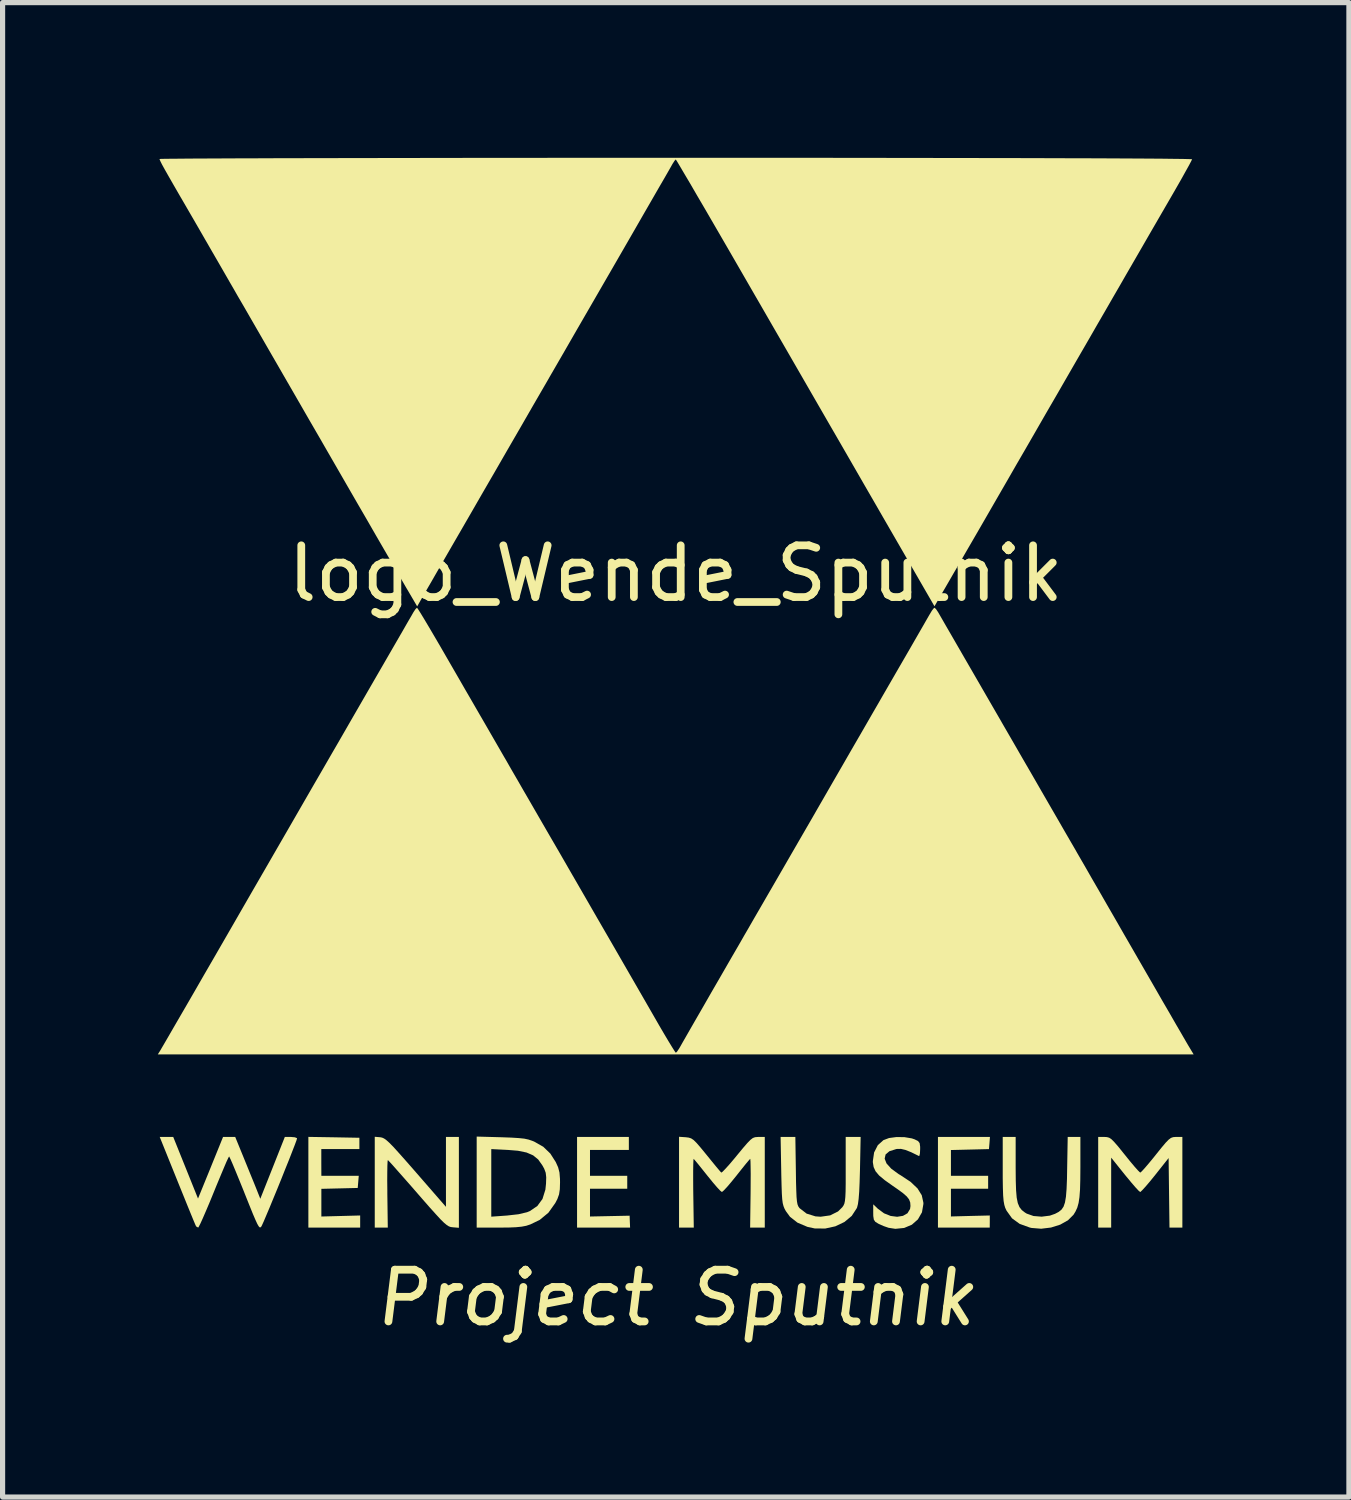
<source format=kicad_pcb>
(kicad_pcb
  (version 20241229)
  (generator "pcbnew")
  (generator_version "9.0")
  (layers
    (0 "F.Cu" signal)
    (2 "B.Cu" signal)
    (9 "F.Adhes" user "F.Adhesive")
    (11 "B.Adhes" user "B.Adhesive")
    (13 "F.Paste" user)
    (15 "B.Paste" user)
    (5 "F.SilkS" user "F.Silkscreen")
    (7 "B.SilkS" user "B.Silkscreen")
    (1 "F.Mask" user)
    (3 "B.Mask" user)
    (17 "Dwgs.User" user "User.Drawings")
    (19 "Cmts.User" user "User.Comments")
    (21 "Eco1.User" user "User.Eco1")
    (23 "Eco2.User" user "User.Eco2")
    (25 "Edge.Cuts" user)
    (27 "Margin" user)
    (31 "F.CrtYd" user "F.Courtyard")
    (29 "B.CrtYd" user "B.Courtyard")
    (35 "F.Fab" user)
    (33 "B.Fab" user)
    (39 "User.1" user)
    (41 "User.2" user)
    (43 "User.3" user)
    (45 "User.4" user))
  (footprint "logo_Wende_Sputnik"
    (layer "F.Cu")
    (at 10.011 8.535)
    (property "Reference" "logo_Wende_Sputnik" (at 0 -0.5 0) (unlocked yes) (layer "F.SilkS") (effects (font (size 1 1) (thickness 0.15))))
    (attr board_only exclude_from_pos_files exclude_from_bom)
    (fp_poly (pts (xy -0.907 10.64) (xy -1.658 10.64) (xy -1.658 11.14) (xy -0.938 11.14) (xy -0.938 11.39) (xy -1.658 11.39) (xy -1.658 11.927) (xy -1.275 11.919) (xy -0.892 11.911) (xy -0.888 12.026) (xy -0.883 12.141) (xy -1.908 12.141) (xy -1.908 10.389) (xy -0.907 10.389)) (stroke (width 0) (type solid)) (fill yes) (layer "F.SilkS"))
    (fp_poly (pts (xy 6.063 10.507) (xy 6.053 10.624) (xy 5.318 10.642) (xy 5.318 11.14) (xy 6.037 11.14) (xy 6.037 11.39) (xy 5.318 11.39) (xy 5.318 11.926) (xy 5.693 11.916) (xy 6.069 11.907) (xy 6.069 12.024) (xy 6.068 12.141) (xy 5.067 12.141) (xy 5.067 10.389) (xy 6.072 10.389)) (stroke (width 0) (type solid)) (fill yes) (layer "F.SilkS"))
    (fp_poly (pts (xy -6.608 10.396) (xy -6.115 10.405) (xy -6.115 10.624) (xy -6.851 10.624) (xy -6.851 10.882) (xy -6.85 11.14) (xy -6.127 11.14) (xy -6.137 11.257) (xy -6.147 11.375) (xy -6.85 11.392) (xy -6.85 11.927) (xy -6.475 11.917) (xy -6.1 11.907) (xy -6.1 12.024) (xy -6.1 12.141) (xy -7.101 12.141) (xy -7.101 10.388)) (stroke (width 0) (type solid)) (fill yes) (layer "F.SilkS"))
    (fp_poly (pts (xy -5.711 10.395) (xy -5.676 10.402) (xy -5.638 10.419) (xy -5.593 10.451) (xy -5.534 10.504) (xy -5.457 10.583) (xy -5.357 10.693) (xy -5.227 10.839) (xy -5.063 11.026) (xy -5.023 11.072) (xy -4.442 11.74) (xy -4.442 10.389) (xy -4.192 10.389) (xy -4.192 12.145) (xy -4.311 12.135) (xy -4.349 12.13) (xy -4.386 12.117) (xy -4.427 12.091) (xy -4.48 12.047) (xy -4.548 11.98) (xy -4.637 11.883) (xy -4.754 11.753) (xy -4.903 11.583) (xy -4.989 11.484) (xy -5.136 11.315) (xy -5.271 11.162) (xy -5.386 11.032) (xy -5.477 10.929) (xy -5.539 10.862) (xy -5.565 10.835) (xy -5.565 10.835) (xy -5.57 10.862) (xy -5.574 10.943) (xy -5.576 11.069) (xy -5.577 11.23) (xy -5.575 11.418) (xy -5.575 11.484) (xy -5.566 12.141) (xy -5.818 12.141) (xy -5.818 10.386)) (stroke (width 0) (type solid)) (fill yes) (layer "F.SilkS"))
    (fp_poly (pts (xy 8.333 10.392) (xy 8.376 10.404) (xy 8.42 10.433) (xy 8.475 10.488) (xy 8.55 10.574) (xy 8.652 10.701) (xy 8.678 10.733) (xy 8.778 10.857) (xy 8.866 10.962) (xy 8.933 11.037) (xy 8.972 11.075) (xy 8.978 11.078) (xy 9.006 11.054) (xy 9.064 10.991) (xy 9.146 10.895) (xy 9.243 10.777) (xy 9.278 10.733) (xy 9.387 10.597) (xy 9.466 10.503) (xy 9.525 10.442) (xy 9.57 10.408) (xy 9.613 10.393) (xy 9.66 10.389) (xy 9.671 10.389) (xy 9.791 10.389) (xy 9.791 12.141) (xy 9.542 12.141) (xy 9.525 10.797) (xy 9.265 11.125) (xy 9.167 11.246) (xy 9.081 11.347) (xy 9.016 11.418) (xy 8.98 11.452) (xy 8.976 11.453) (xy 8.947 11.43) (xy 8.888 11.367) (xy 8.806 11.272) (xy 8.709 11.155) (xy 8.681 11.121) (xy 8.415 10.789) (xy 8.415 12.141) (xy 8.164 12.141) (xy 8.164 10.389) (xy 8.284 10.389)) (stroke (width 0) (type solid)) (fill yes) (layer "F.SilkS"))
    (fp_poly (pts (xy 6.569 10.992) (xy 6.571 11.233) (xy 6.577 11.42) (xy 6.589 11.562) (xy 6.61 11.667) (xy 6.642 11.744) (xy 6.687 11.802) (xy 6.747 11.849) (xy 6.783 11.871) (xy 6.913 11.917) (xy 7.071 11.93) (xy 7.23 11.91) (xy 7.33 11.875) (xy 7.4 11.838) (xy 7.454 11.795) (xy 7.494 11.737) (xy 7.522 11.656) (xy 7.541 11.544) (xy 7.553 11.393) (xy 7.561 11.194) (xy 7.564 11.007) (xy 7.575 10.389) (xy 7.82 10.389) (xy 7.82 10.976) (xy 7.818 11.217) (xy 7.813 11.406) (xy 7.802 11.552) (xy 7.785 11.665) (xy 7.76 11.755) (xy 7.725 11.831) (xy 7.687 11.893) (xy 7.58 12) (xy 7.43 12.084) (xy 7.252 12.14) (xy 7.062 12.163) (xy 6.877 12.148) (xy 6.842 12.14) (xy 6.646 12.069) (xy 6.499 11.962) (xy 6.393 11.814) (xy 6.367 11.759) (xy 6.35 11.703) (xy 6.336 11.626) (xy 6.327 11.52) (xy 6.322 11.376) (xy 6.319 11.184) (xy 6.319 11.016) (xy 6.319 10.389) (xy 6.569 10.389)) (stroke (width 0) (type solid)) (fill yes) (layer "F.SilkS"))
    (fp_poly (pts (xy -3.371 10.395) (xy -3.177 10.402) (xy -3.034 10.411) (xy -2.928 10.422) (xy -2.845 10.44) (xy -2.774 10.464) (xy -2.737 10.479) (xy -2.561 10.579) (xy -2.425 10.71) (xy -2.32 10.874) (xy -2.274 10.976) (xy -2.248 11.076) (xy -2.238 11.2) (xy -2.237 11.265) (xy -2.241 11.4) (xy -2.256 11.499) (xy -2.288 11.588) (xy -2.329 11.667) (xy -2.462 11.854) (xy -2.629 11.992) (xy -2.809 12.079) (xy -2.89 12.106) (xy -2.979 12.123) (xy -3.09 12.134) (xy -3.235 12.14) (xy -3.411 12.141) (xy -3.848 12.141) (xy -3.848 10.624) (xy -3.566 10.624) (xy -3.566 11.277) (xy -3.566 11.93) (xy -3.261 11.908) (xy -3.039 11.883) (xy -2.875 11.844) (xy -2.821 11.822) (xy -2.676 11.724) (xy -2.576 11.587) (xy -2.52 11.407) (xy -2.508 11.293) (xy -2.504 11.169) (xy -2.514 11.081) (xy -2.543 11.003) (xy -2.579 10.938) (xy -2.659 10.825) (xy -2.757 10.745) (xy -2.884 10.69) (xy -3.05 10.656) (xy -3.245 10.64) (xy -3.566 10.624) (xy -3.848 10.624) (xy -3.848 10.382)) (stroke (width 0) (type solid)) (fill yes) (layer "F.SilkS"))
    (fp_poly (pts (xy 2.321 11.043) (xy 2.324 11.263) (xy 2.329 11.429) (xy 2.334 11.55) (xy 2.342 11.635) (xy 2.353 11.693) (xy 2.368 11.731) (xy 2.388 11.76) (xy 2.393 11.766) (xy 2.529 11.871) (xy 2.7 11.924) (xy 2.8 11.931) (xy 2.984 11.905) (xy 3.136 11.829) (xy 3.219 11.747) (xy 3.241 11.715) (xy 3.258 11.678) (xy 3.269 11.627) (xy 3.277 11.552) (xy 3.282 11.445) (xy 3.284 11.296) (xy 3.284 11.097) (xy 3.284 11.026) (xy 3.284 10.389) (xy 3.573 10.389) (xy 3.56 11.023) (xy 3.553 11.263) (xy 3.545 11.448) (xy 3.534 11.587) (xy 3.521 11.685) (xy 3.504 11.752) (xy 3.498 11.766) (xy 3.401 11.915) (xy 3.259 12.033) (xy 3.085 12.116) (xy 2.89 12.159) (xy 2.688 12.158) (xy 2.544 12.127) (xy 2.351 12.045) (xy 2.208 11.933) (xy 2.127 11.822) (xy 2.101 11.774) (xy 2.082 11.726) (xy 2.067 11.668) (xy 2.057 11.591) (xy 2.05 11.486) (xy 2.045 11.341) (xy 2.04 11.148) (xy 2.038 11.038) (xy 2.026 10.389) (xy 2.311 10.389)) (stroke (width 0) (type solid)) (fill yes) (layer "F.SilkS"))
    (fp_poly (pts (xy 0.195 10.395) (xy 0.25 10.402) (xy 0.297 10.417) (xy 0.344 10.448) (xy 0.402 10.505) (xy 0.479 10.594) (xy 0.585 10.723) (xy 0.594 10.734) (xy 0.693 10.856) (xy 0.778 10.96) (xy 0.842 11.036) (xy 0.876 11.075) (xy 0.88 11.078) (xy 0.905 11.061) (xy 0.962 11.002) (xy 1.043 10.912) (xy 1.141 10.796) (xy 1.186 10.741) (xy 1.299 10.604) (xy 1.382 10.508) (xy 1.442 10.446) (xy 1.489 10.41) (xy 1.532 10.394) (xy 1.578 10.39) (xy 1.597 10.389) (xy 1.72 10.389) (xy 1.72 12.141) (xy 1.437 12.141) (xy 1.446 11.472) (xy 1.447 11.275) (xy 1.448 11.103) (xy 1.446 10.963) (xy 1.444 10.864) (xy 1.44 10.816) (xy 1.438 10.812) (xy 1.413 10.84) (xy 1.357 10.906) (xy 1.279 11.003) (xy 1.186 11.12) (xy 1.172 11.138) (xy 1.076 11.256) (xy 0.992 11.355) (xy 0.928 11.423) (xy 0.894 11.452) (xy 0.892 11.453) (xy 0.861 11.43) (xy 0.801 11.366) (xy 0.72 11.272) (xy 0.625 11.155) (xy 0.611 11.138) (xy 0.516 11.019) (xy 0.435 10.918) (xy 0.376 10.847) (xy 0.347 10.814) (xy 0.345 10.812) (xy 0.341 10.839) (xy 0.338 10.919) (xy 0.336 11.044) (xy 0.336 11.205) (xy 0.337 11.394) (xy 0.338 11.472) (xy 0.348 12.141) (xy 0.063 12.141) (xy 0.063 10.386)) (stroke (width 0) (type solid)) (fill yes) (layer "F.SilkS"))
    (fp_poly (pts (xy 4.42 10.393) (xy 4.562 10.417) (xy 4.615 10.435) (xy 4.682 10.468) (xy 4.713 10.508) (xy 4.723 10.578) (xy 4.723 10.625) (xy 4.719 10.707) (xy 4.708 10.754) (xy 4.7 10.758) (xy 4.549 10.684) (xy 4.438 10.64) (xy 4.352 10.62) (xy 4.277 10.621) (xy 4.259 10.624) (xy 4.129 10.665) (xy 4.055 10.728) (xy 4.037 10.809) (xy 4.073 10.901) (xy 4.164 11.002) (xy 4.307 11.107) (xy 4.343 11.128) (xy 4.537 11.256) (xy 4.672 11.384) (xy 4.754 11.516) (xy 4.785 11.657) (xy 4.786 11.683) (xy 4.758 11.846) (xy 4.68 11.982) (xy 4.563 12.085) (xy 4.414 12.148) (xy 4.244 12.165) (xy 4.113 12.145) (xy 4.018 12.112) (xy 3.919 12.068) (xy 3.918 12.067) (xy 3.858 12.031) (xy 3.828 11.988) (xy 3.817 11.918) (xy 3.816 11.853) (xy 3.816 11.691) (xy 3.907 11.778) (xy 4.025 11.865) (xy 4.153 11.916) (xy 4.278 11.932) (xy 4.391 11.914) (xy 4.478 11.864) (xy 4.528 11.781) (xy 4.536 11.724) (xy 4.531 11.656) (xy 4.509 11.597) (xy 4.464 11.539) (xy 4.386 11.471) (xy 4.267 11.385) (xy 4.193 11.334) (xy 4.038 11.224) (xy 3.93 11.134) (xy 3.861 11.052) (xy 3.824 10.971) (xy 3.809 10.879) (xy 3.809 10.855) (xy 3.833 10.689) (xy 3.905 10.548) (xy 4.013 10.451) (xy 4.122 10.41) (xy 4.265 10.391)) (stroke (width 0) (type solid)) (fill yes) (layer "F.SilkS"))
    (fp_poly (pts (xy -9.473 10.985) (xy -9.234 11.58) (xy -9.141 11.352) (xy -9.091 11.229) (xy -9.026 11.07) (xy -8.956 10.897) (xy -8.899 10.757) (xy -8.75 10.389) (xy -8.515 10.389) (xy -8.358 10.773) (xy -8.29 10.94) (xy -8.221 11.11) (xy -8.159 11.261) (xy -8.115 11.37) (xy -8.03 11.584) (xy -7.793 10.987) (xy -7.556 10.389) (xy -7.438 10.389) (xy -7.362 10.396) (xy -7.322 10.412) (xy -7.32 10.417) (xy -7.331 10.455) (xy -7.363 10.542) (xy -7.412 10.668) (xy -7.473 10.825) (xy -7.545 11.003) (xy -7.621 11.194) (xy -7.7 11.389) (xy -7.778 11.578) (xy -7.85 11.753) (xy -7.914 11.904) (xy -7.964 12.022) (xy -7.999 12.099) (xy -8.013 12.125) (xy -8.027 12.137) (xy -8.043 12.136) (xy -8.062 12.115) (xy -8.088 12.07) (xy -8.123 11.994) (xy -8.172 11.88) (xy -8.236 11.722) (xy -8.319 11.515) (xy -8.359 11.414) (xy -8.435 11.227) (xy -8.503 11.061) (xy -8.56 10.924) (xy -8.603 10.825) (xy -8.629 10.772) (xy -8.633 10.766) (xy -8.649 10.794) (xy -8.685 10.871) (xy -8.736 10.991) (xy -8.801 11.146) (xy -8.876 11.326) (xy -8.928 11.454) (xy -9.007 11.647) (xy -9.08 11.819) (xy -9.142 11.962) (xy -9.19 12.068) (xy -9.222 12.129) (xy -9.231 12.141) (xy -9.269 12.119) (xy -9.273 12.113) (xy -9.289 12.078) (xy -9.325 11.992) (xy -9.378 11.863) (xy -9.445 11.699) (xy -9.523 11.506) (xy -9.609 11.294) (xy -9.632 11.237) (xy -9.974 10.389) (xy -9.713 10.389)) (stroke (width 0) (type solid)) (fill yes) (layer "F.SilkS"))
    (fp_poly (pts (xy 5.028 0.185) (xy 5.068 0.244) (xy 5.07 0.247) (xy 5.093 0.287) (xy 5.145 0.377) (xy 5.223 0.513) (xy 5.325 0.689) (xy 5.448 0.902) (xy 5.59 1.148) (xy 5.748 1.421) (xy 5.919 1.717) (xy 6.101 2.032) (xy 6.292 2.362) (xy 6.303 2.382) (xy 6.501 2.724) (xy 6.696 3.062) (xy 6.885 3.388) (xy 7.064 3.699) (xy 7.231 3.988) (xy 7.382 4.249) (xy 7.514 4.478) (xy 7.624 4.668) (xy 7.709 4.814) (xy 7.758 4.9) (xy 7.825 5.016) (xy 7.92 5.18) (xy 8.037 5.385) (xy 8.175 5.623) (xy 8.327 5.888) (xy 8.491 6.172) (xy 8.662 6.47) (xy 8.837 6.773) (xy 8.929 6.933) (xy 9.097 7.224) (xy 9.258 7.503) (xy 9.408 7.764) (xy 9.546 8.001) (xy 9.666 8.21) (xy 9.768 8.385) (xy 9.846 8.52) (xy 9.899 8.611) (xy 9.92 8.646) (xy 10.009 8.794) (xy -10.011 8.794) (xy -9.967 8.724) (xy -9.945 8.686) (xy -9.894 8.599) (xy -9.816 8.465) (xy -9.715 8.29) (xy -9.592 8.078) (xy -9.449 7.832) (xy -9.29 7.557) (xy -9.117 7.256) (xy -8.931 6.935) (xy -8.736 6.597) (xy -8.632 6.417) (xy -8.408 6.028) (xy -8.174 5.622) (xy -7.934 5.207) (xy -7.694 4.791) (xy -7.457 4.381) (xy -7.23 3.987) (xy -7.016 3.616) (xy -6.819 3.276) (xy -6.646 2.976) (xy -6.528 2.773) (xy -6.247 2.285) (xy -5.995 1.849) (xy -5.772 1.463) (xy -5.579 1.129) (xy -5.416 0.847) (xy -5.283 0.617) (xy -5.181 0.439) (xy -5.109 0.316) (xy -5.07 0.247) (xy -5.03 0.187) (xy -5.002 0.161) (xy -5.002 0.161) (xy -4.982 0.187) (xy -4.935 0.261) (xy -4.865 0.376) (xy -4.775 0.527) (xy -4.669 0.707) (xy -4.551 0.909) (xy -4.473 1.044) (xy -4.338 1.278) (xy -4.202 1.513) (xy -4.072 1.739) (xy -3.953 1.944) (xy -3.852 2.119) (xy -3.774 2.254) (xy -3.754 2.288) (xy -3.661 2.449) (xy -3.549 2.643) (xy -3.43 2.849) (xy -3.317 3.045) (xy -3.284 3.101) (xy -3.176 3.29) (xy -3.057 3.495) (xy -2.942 3.695) (xy -2.841 3.869) (xy -2.815 3.914) (xy -2.647 4.205) (xy -2.462 4.525) (xy -2.258 4.876) (xy -2.035 5.263) (xy -1.79 5.687) (xy -1.522 6.152) (xy -1.228 6.66) (xy -0.908 7.215) (xy -0.559 7.82) (xy -0.318 8.239) (xy -0.223 8.401) (xy -0.139 8.542) (xy -0.07 8.655) (xy -0.022 8.731) (xy 0.001 8.762) (xy 0.002 8.762) (xy 0.026 8.738) (xy 0.068 8.675) (xy 0.094 8.63) (xy 0.127 8.571) (xy 0.188 8.465) (xy 0.271 8.32) (xy 0.372 8.144) (xy 0.487 7.945) (xy 0.611 7.729) (xy 0.682 7.605) (xy 0.82 7.367) (xy 0.959 7.126) (xy 1.094 6.892) (xy 1.219 6.677) (xy 1.326 6.49) (xy 1.411 6.344) (xy 1.432 6.307) (xy 1.516 6.161) (xy 1.624 5.975) (xy 1.747 5.762) (xy 1.878 5.536) (xy 2.008 5.311) (xy 2.074 5.197) (xy 2.209 4.963) (xy 2.357 4.707) (xy 2.508 4.446) (xy 2.651 4.199) (xy 2.776 3.981) (xy 2.815 3.914) (xy 2.941 3.695) (xy 3.083 3.449) (xy 3.228 3.198) (xy 3.363 2.963) (xy 3.455 2.804) (xy 3.571 2.604) (xy 3.695 2.389) (xy 3.816 2.179) (xy 3.925 1.991) (xy 3.988 1.881) (xy 4.081 1.72) (xy 4.195 1.523) (xy 4.318 1.31) (xy 4.441 1.098) (xy 4.522 0.958) (xy 4.622 0.784) (xy 4.717 0.619) (xy 4.8 0.475) (xy 4.864 0.363) (xy 4.904 0.294) (xy 4.904 0.294) (xy 4.951 0.216) (xy 4.988 0.169) (xy 5 0.161)) (stroke (width 0) (type solid)) (fill yes) (layer "F.SilkS"))
    (fp_poly (pts (xy 0.918 -8.535) (xy 1.801 -8.535) (xy 2.647 -8.535) (xy 3.455 -8.534) (xy 4.223 -8.533) (xy 4.95 -8.532) (xy 5.634 -8.531) (xy 6.274 -8.53) (xy 6.868 -8.529) (xy 7.415 -8.527) (xy 7.914 -8.526) (xy 8.362 -8.524) (xy 8.759 -8.522) (xy 9.103 -8.52) (xy 9.392 -8.518) (xy 9.625 -8.515) (xy 9.801 -8.513) (xy 9.917 -8.51) (xy 9.973 -8.508) (xy 9.979 -8.507) (xy 9.963 -8.473) (xy 9.921 -8.393) (xy 9.854 -8.273) (xy 9.769 -8.12) (xy 9.667 -7.942) (xy 9.554 -7.746) (xy 9.537 -7.717) (xy 9.406 -7.491) (xy 9.271 -7.258) (xy 9.139 -7.03) (xy 9.018 -6.82) (xy 8.915 -6.642) (xy 8.852 -6.533) (xy 8.789 -6.424) (xy 8.698 -6.267) (xy 8.585 -6.07) (xy 8.451 -5.839) (xy 8.303 -5.582) (xy 8.143 -5.306) (xy 7.977 -5.017) (xy 7.806 -4.722) (xy 7.75 -4.625) (xy 7.563 -4.301) (xy 7.365 -3.957) (xy 7.16 -3.604) (xy 6.957 -3.251) (xy 6.761 -2.911) (xy 6.577 -2.594) (xy 6.414 -2.31) (xy 6.288 -2.092) (xy 6.143 -1.841) (xy 5.999 -1.591) (xy 5.861 -1.352) (xy 5.734 -1.133) (xy 5.623 -0.942) (xy 5.534 -0.788) (xy 5.474 -0.684) (xy 5.38 -0.523) (xy 5.284 -0.357) (xy 5.196 -0.205) (xy 5.132 -0.096) (xy 5 0.133) (xy 4.009 -1.582) (xy 3.839 -1.877) (xy 3.642 -2.218) (xy 3.423 -2.598) (xy 3.186 -3.009) (xy 2.935 -3.443) (xy 2.676 -3.892) (xy 2.413 -4.348) (xy 2.15 -4.804) (xy 1.891 -5.252) (xy 1.642 -5.684) (xy 1.517 -5.9) (xy 1.303 -6.271) (xy 1.098 -6.626) (xy 0.904 -6.961) (xy 0.723 -7.273) (xy 0.557 -7.559) (xy 0.408 -7.813) (xy 0.28 -8.034) (xy 0.172 -8.216) (xy 0.089 -8.357) (xy 0.032 -8.453) (xy 0.003 -8.499) (xy 0 -8.503) (xy -0.023 -8.479) (xy -0.063 -8.417) (xy -0.08 -8.387) (xy -0.103 -8.346) (xy -0.155 -8.255) (xy -0.235 -8.116) (xy -0.342 -7.932) (xy -0.472 -7.706) (xy -0.625 -7.441) (xy -0.798 -7.14) (xy -0.99 -6.807) (xy -1.199 -6.445) (xy -1.424 -6.056) (xy -1.662 -5.644) (xy -1.912 -5.212) (xy -2.171 -4.762) (xy -2.439 -4.299) (xy -2.476 -4.234) (xy -2.746 -3.768) (xy -3.007 -3.315) (xy -3.26 -2.878) (xy -3.501 -2.46) (xy -3.73 -2.065) (xy -3.943 -1.695) (xy -4.14 -1.354) (xy -4.319 -1.045) (xy -4.477 -0.771) (xy -4.613 -0.535) (xy -4.725 -0.34) (xy -4.812 -0.19) (xy -4.871 -0.087) (xy -4.901 -0.035) (xy -4.903 -0.032) (xy -4.998 0.135) (xy -5.169 -0.157) (xy -5.21 -0.226) (xy -5.279 -0.345) (xy -5.374 -0.51) (xy -5.493 -0.716) (xy -5.634 -0.959) (xy -5.794 -1.235) (xy -5.97 -1.541) (xy -6.161 -1.87) (xy -6.363 -2.22) (xy -6.574 -2.586) (xy -6.792 -2.964) (xy -6.866 -3.093) (xy -7.088 -3.476) (xy -7.304 -3.851) (xy -7.513 -4.213) (xy -7.712 -4.558) (xy -7.898 -4.88) (xy -8.069 -5.177) (xy -8.222 -5.442) (xy -8.355 -5.673) (xy -8.466 -5.863) (xy -8.55 -6.01) (xy -8.607 -6.108) (xy -8.618 -6.127) (xy -8.722 -6.308) (xy -8.843 -6.518) (xy -8.967 -6.732) (xy -9.078 -6.925) (xy -9.087 -6.94) (xy -9.198 -7.133) (xy -9.324 -7.351) (xy -9.45 -7.568) (xy -9.56 -7.758) (xy -9.567 -7.769) (xy -9.698 -7.996) (xy -9.8 -8.174) (xy -9.876 -8.308) (xy -9.929 -8.404) (xy -9.961 -8.468) (xy -9.976 -8.503) (xy -9.978 -8.512) (xy -9.947 -8.514) (xy -9.856 -8.516) (xy -9.707 -8.517) (xy -9.503 -8.519) (xy -9.245 -8.521) (xy -8.937 -8.522) (xy -8.58 -8.524) (xy -8.176 -8.525) (xy -7.73 -8.527) (xy -7.241 -8.528) (xy -6.714 -8.529) (xy -6.149 -8.53) (xy -5.551 -8.531) (xy -4.92 -8.532) (xy -4.259 -8.533) (xy -3.571 -8.534) (xy -2.858 -8.534) (xy -2.123 -8.535) (xy -1.367 -8.535) (xy -0.593 -8.535) (xy 0 -8.535)) (stroke (width 0) (type solid)) (fill yes) (layer "F.SilkS"))
    (fp_text user "Project Sputnik" (at 0 13.5 0) (unlocked yes) (layer "F.SilkS") (effects (font (size 1 1) (thickness 0.15) (italic yes)))))
  (gr_rect
    (start -3 -3)
    (end 23.021 25.884)
    (stroke (width 0.1) (type default))
    (fill no)
    (layer "Edge.Cuts")))
</source>
